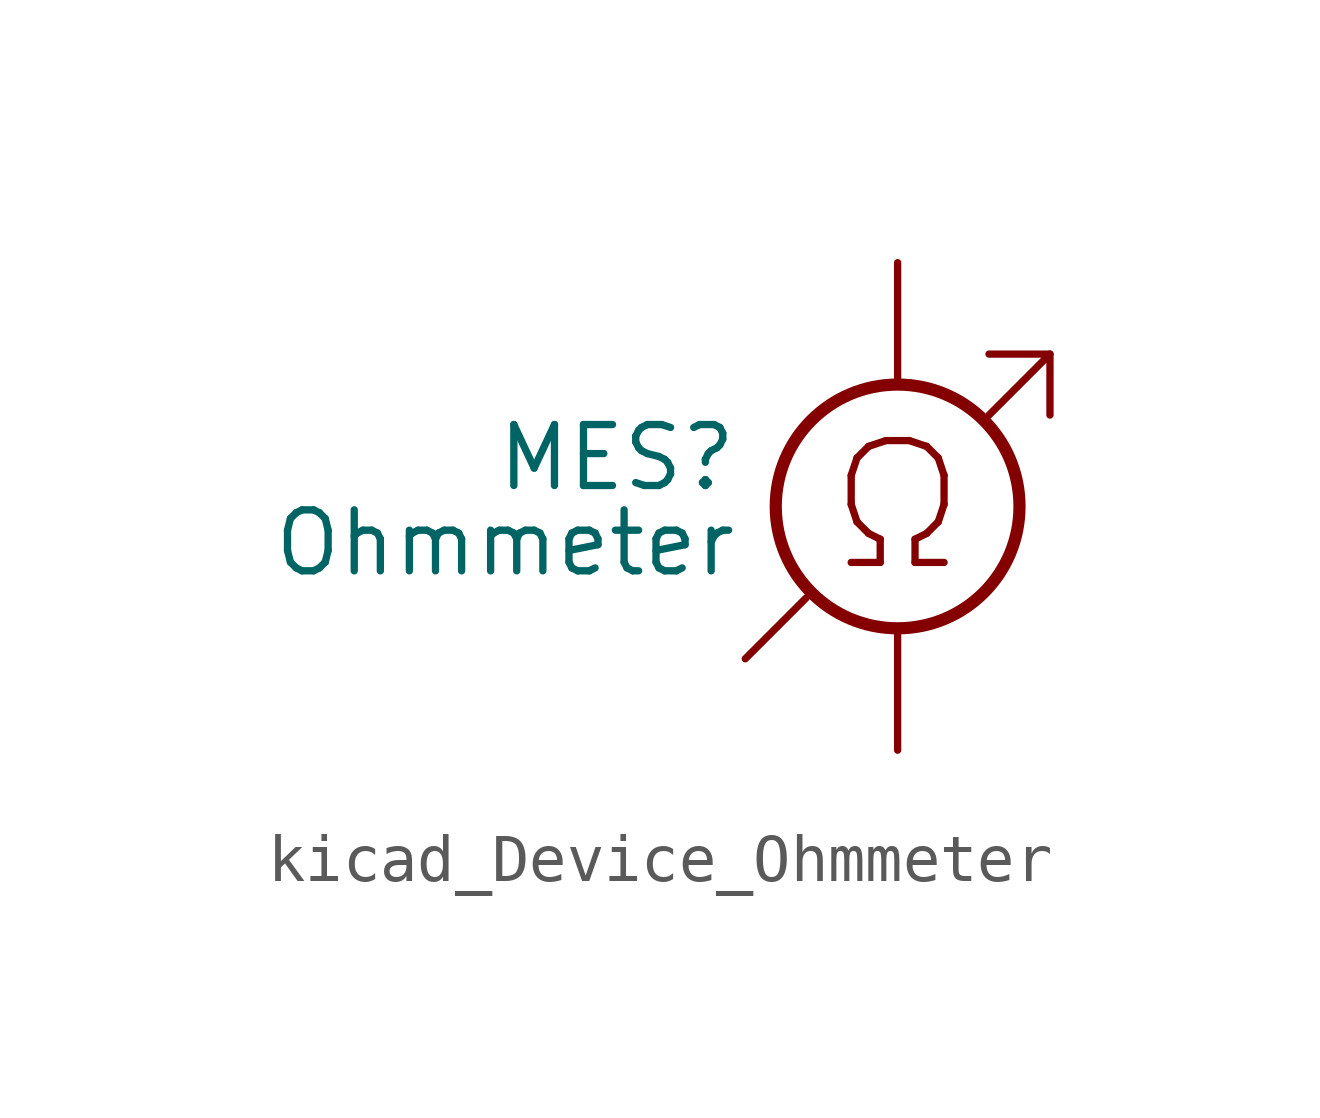
<source format=kicad_sym>
(kicad_symbol_lib
  (version 20220914)
  (generator kicad_symbol_editor)
  (symbol "kicad_Device_Ohmmeter"
    (pin_numbers hide)
    (pin_names
      (offset 0.025) hide)
    (property "Reference" "MES"
      (at -3.302 1.016 0)
      (effects (font (size 1.27 1.27)) (justify right)))
    (property "Value" "Ohmmeter"
      (at -3.302 -0.762 0)
      (effects (font (size 1.27 1.27)) (justify right)))
    (symbol "kicad_Device_Ohmmeter_0_0"
      (polyline (pts (xy -3.175 -3.175) (xy -1.905 -1.905)) (stroke (width 0) (type default)) (fill (type none)))
      (polyline (pts (xy 1.905 1.905) (xy 3.175 3.175)) (stroke (width 0) (type default)) (fill (type none)))
      (polyline (pts (xy 1.905 3.175) (xy 3.175 3.175) (xy 3.175 1.905)) (stroke (width 0) (type default)) (fill (type none)))
      (text "Ω" (at 0 0 0) (effects (font (size 2.54 2.54)))))
    (symbol "kicad_Device_Ohmmeter_0_1"
      (circle (center 0 0) (radius 2.54) (stroke (width 0.254) (type default)) (fill (type none))))
    (symbol "kicad_Device_Ohmmeter_1_1"
      (pin passive line (at 0 -5.08 90) (length 2.54) (name "-" (effects (font (size 1.27 1.27)))) (number "1" (effects (font (size 1.27 1.27)))))
      (pin passive line (at 0 5.08 270) (length 2.54) (name "+" (effects (font (size 1.27 1.27)))) (number "2" (effects (font (size 1.27 1.27))))))))
</source>
